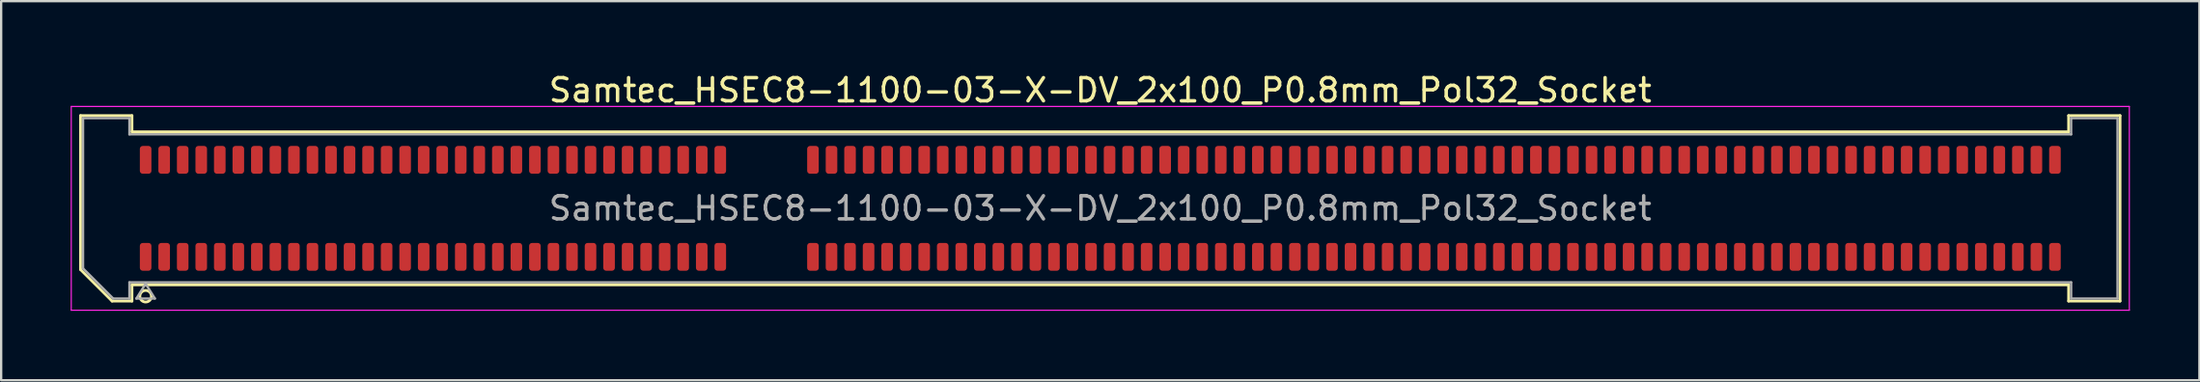
<source format=kicad_pcb>
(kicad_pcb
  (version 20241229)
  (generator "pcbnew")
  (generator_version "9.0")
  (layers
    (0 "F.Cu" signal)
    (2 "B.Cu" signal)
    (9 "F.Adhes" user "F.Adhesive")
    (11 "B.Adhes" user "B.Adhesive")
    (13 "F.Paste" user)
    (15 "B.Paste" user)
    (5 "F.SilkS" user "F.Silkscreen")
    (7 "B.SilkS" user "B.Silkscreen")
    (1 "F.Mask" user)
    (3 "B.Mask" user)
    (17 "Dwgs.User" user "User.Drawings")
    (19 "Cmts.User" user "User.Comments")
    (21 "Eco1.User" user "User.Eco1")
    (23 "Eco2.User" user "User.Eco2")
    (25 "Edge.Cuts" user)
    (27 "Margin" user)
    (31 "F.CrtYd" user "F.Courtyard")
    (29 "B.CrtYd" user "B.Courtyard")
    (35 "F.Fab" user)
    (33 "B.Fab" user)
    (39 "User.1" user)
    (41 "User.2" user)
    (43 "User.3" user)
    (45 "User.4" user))
  (footprint "Samtec_HSEC8-1100-03-X-DV_2x100_P0.8mm_Pol32_Socket"
    (layer "F.Cu")
    (at 44.435 5.948)
    (property "Reference" "Samtec_HSEC8-1100-03-X-DV_2x100_P0.8mm_Pol32_Socket" (at 0 -5.1 0) (layer "F.SilkS") (effects (font (size 1 1) (thickness 0.15))))
    (attr smd)
    (fp_line (start -44.01 -4.005) (end -41.79 -4.005) (stroke (width 0.12) (type solid)) (layer "F.SilkS"))
    (fp_line (start -44.01 2.641) (end -44.01 -4.005) (stroke (width 0.12) (type solid)) (layer "F.SilkS"))
    (fp_line (start -42.646 4.005) (end -44.01 2.641) (stroke (width 0.12) (type solid)) (layer "F.SilkS"))
    (fp_line (start -41.79 -4.005) (end -41.79 -3.305) (stroke (width 0.12) (type solid)) (layer "F.SilkS"))
    (fp_line (start -41.79 -3.305) (end 41.79 -3.305) (stroke (width 0.12) (type solid)) (layer "F.SilkS"))
    (fp_line (start -41.79 3.305) (end -41.79 4.005) (stroke (width 0.12) (type solid)) (layer "F.SilkS"))
    (fp_line (start -41.79 4.005) (end -42.646 4.005) (stroke (width 0.12) (type solid)) (layer "F.SilkS"))
    (fp_line (start 41.79 -4.005) (end 44.01 -4.005) (stroke (width 0.12) (type solid)) (layer "F.SilkS"))
    (fp_line (start 41.79 -3.305) (end 41.79 -4.005) (stroke (width 0.12) (type solid)) (layer "F.SilkS"))
    (fp_line (start 41.79 3.305) (end -41.79 3.305) (stroke (width 0.12) (type solid)) (layer "F.SilkS"))
    (fp_line (start 41.79 4.005) (end 41.79 3.305) (stroke (width 0.12) (type solid)) (layer "F.SilkS"))
    (fp_line (start 44.01 -4.005) (end 44.01 4.005) (stroke (width 0.12) (type solid)) (layer "F.SilkS"))
    (fp_line (start 44.01 4.005) (end 41.79 4.005) (stroke (width 0.12) (type solid)) (layer "F.SilkS"))
    (fp_arc (start -40.95 3.795) (mid -41.45 3.795) (end -40.95 3.795) (stroke (width 0.12) (type solid)) (layer "F.SilkS"))
    (fp_line (start -44.41 -4.4) (end -44.41 4.4) (stroke (width 0.05) (type solid)) (layer "F.CrtYd"))
    (fp_line (start -44.41 4.4) (end 44.41 4.4) (stroke (width 0.05) (type solid)) (layer "F.CrtYd"))
    (fp_line (start 44.41 -4.4) (end -44.41 -4.4) (stroke (width 0.05) (type solid)) (layer "F.CrtYd"))
    (fp_line (start 44.41 4.4) (end 44.41 -4.4) (stroke (width 0.05) (type solid)) (layer "F.CrtYd"))
    (fp_line (start -43.9 -3.895) (end -41.9 -3.895) (stroke (width 0.1) (type solid)) (layer "F.Fab"))
    (fp_line (start -43.9 2.595) (end -43.9 -3.895) (stroke (width 0.1) (type solid)) (layer "F.Fab"))
    (fp_line (start -42.6 3.895) (end -43.9 2.595) (stroke (width 0.1) (type solid)) (layer "F.Fab"))
    (fp_line (start -41.9 -3.895) (end -41.9 -3.195) (stroke (width 0.1) (type solid)) (layer "F.Fab"))
    (fp_line (start -41.9 -3.195) (end 41.9 -3.195) (stroke (width 0.1) (type solid)) (layer "F.Fab"))
    (fp_line (start -41.9 3.195) (end -41.9 3.895) (stroke (width 0.1) (type solid)) (layer "F.Fab"))
    (fp_line (start -41.9 3.895) (end -42.6 3.895) (stroke (width 0.1) (type solid)) (layer "F.Fab"))
    (fp_line (start -41.6 3.895) (end -41.2 3.255) (stroke (width 0.1) (type solid)) (layer "F.Fab"))
    (fp_line (start -41.2 3.255) (end -40.8 3.895) (stroke (width 0.1) (type solid)) (layer "F.Fab"))
    (fp_line (start -40.8 3.895) (end -41.6 3.895) (stroke (width 0.1) (type solid)) (layer "F.Fab"))
    (fp_line (start 41.9 -3.895) (end 43.9 -3.895) (stroke (width 0.1) (type solid)) (layer "F.Fab"))
    (fp_line (start 41.9 -3.195) (end 41.9 -3.895) (stroke (width 0.1) (type solid)) (layer "F.Fab"))
    (fp_line (start 41.9 3.195) (end -41.9 3.195) (stroke (width 0.1) (type solid)) (layer "F.Fab"))
    (fp_line (start 41.9 3.895) (end 41.9 3.195) (stroke (width 0.1) (type solid)) (layer "F.Fab"))
    (fp_line (start 43.9 -3.895) (end 43.9 3.895) (stroke (width 0.1) (type solid)) (layer "F.Fab"))
    (fp_line (start 43.9 3.895) (end 41.9 3.895) (stroke (width 0.1) (type solid)) (layer "F.Fab"))
    (fp_text user "${REFERENCE}" (at 0 0 0) (layer "F.Fab") (effects (font (size 1 1) (thickness 0.15))))
    (pad "1" smd roundrect (at -41.2 2.095) (size 0.5 1.2) (layers "F.Cu" "F.Mask" "F.Paste") (roundrect_rratio 0.25))
    (pad "2" smd roundrect (at -41.2 -2.095) (size 0.5 1.2) (layers "F.Cu" "F.Mask" "F.Paste") (roundrect_rratio 0.25))
    (pad "3" smd roundrect (at -40.4 2.095) (size 0.5 1.2) (layers "F.Cu" "F.Mask" "F.Paste") (roundrect_rratio 0.25))
    (pad "4" smd roundrect (at -40.4 -2.095) (size 0.5 1.2) (layers "F.Cu" "F.Mask" "F.Paste") (roundrect_rratio 0.25))
    (pad "5" smd roundrect (at -39.6 2.095) (size 0.5 1.2) (layers "F.Cu" "F.Mask" "F.Paste") (roundrect_rratio 0.25))
    (pad "6" smd roundrect (at -39.6 -2.095) (size 0.5 1.2) (layers "F.Cu" "F.Mask" "F.Paste") (roundrect_rratio 0.25))
    (pad "7" smd roundrect (at -38.8 2.095) (size 0.5 1.2) (layers "F.Cu" "F.Mask" "F.Paste") (roundrect_rratio 0.25))
    (pad "8" smd roundrect (at -38.8 -2.095) (size 0.5 1.2) (layers "F.Cu" "F.Mask" "F.Paste") (roundrect_rratio 0.25))
    (pad "9" smd roundrect (at -38 2.095) (size 0.5 1.2) (layers "F.Cu" "F.Mask" "F.Paste") (roundrect_rratio 0.25))
    (pad "10" smd roundrect (at -38 -2.095) (size 0.5 1.2) (layers "F.Cu" "F.Mask" "F.Paste") (roundrect_rratio 0.25))
    (pad "11" smd roundrect (at -37.2 2.095) (size 0.5 1.2) (layers "F.Cu" "F.Mask" "F.Paste") (roundrect_rratio 0.25))
    (pad "12" smd roundrect (at -37.2 -2.095) (size 0.5 1.2) (layers "F.Cu" "F.Mask" "F.Paste") (roundrect_rratio 0.25))
    (pad "13" smd roundrect (at -36.4 2.095) (size 0.5 1.2) (layers "F.Cu" "F.Mask" "F.Paste") (roundrect_rratio 0.25))
    (pad "14" smd roundrect (at -36.4 -2.095) (size 0.5 1.2) (layers "F.Cu" "F.Mask" "F.Paste") (roundrect_rratio 0.25))
    (pad "15" smd roundrect (at -35.6 2.095) (size 0.5 1.2) (layers "F.Cu" "F.Mask" "F.Paste") (roundrect_rratio 0.25))
    (pad "16" smd roundrect (at -35.6 -2.095) (size 0.5 1.2) (layers "F.Cu" "F.Mask" "F.Paste") (roundrect_rratio 0.25))
    (pad "17" smd roundrect (at -34.8 2.095) (size 0.5 1.2) (layers "F.Cu" "F.Mask" "F.Paste") (roundrect_rratio 0.25))
    (pad "18" smd roundrect (at -34.8 -2.095) (size 0.5 1.2) (layers "F.Cu" "F.Mask" "F.Paste") (roundrect_rratio 0.25))
    (pad "19" smd roundrect (at -34 2.095) (size 0.5 1.2) (layers "F.Cu" "F.Mask" "F.Paste") (roundrect_rratio 0.25))
    (pad "20" smd roundrect (at -34 -2.095) (size 0.5 1.2) (layers "F.Cu" "F.Mask" "F.Paste") (roundrect_rratio 0.25))
    (pad "21" smd roundrect (at -33.2 2.095) (size 0.5 1.2) (layers "F.Cu" "F.Mask" "F.Paste") (roundrect_rratio 0.25))
    (pad "22" smd roundrect (at -33.2 -2.095) (size 0.5 1.2) (layers "F.Cu" "F.Mask" "F.Paste") (roundrect_rratio 0.25))
    (pad "23" smd roundrect (at -32.4 2.095) (size 0.5 1.2) (layers "F.Cu" "F.Mask" "F.Paste") (roundrect_rratio 0.25))
    (pad "24" smd roundrect (at -32.4 -2.095) (size 0.5 1.2) (layers "F.Cu" "F.Mask" "F.Paste") (roundrect_rratio 0.25))
    (pad "25" smd roundrect (at -31.6 2.095) (size 0.5 1.2) (layers "F.Cu" "F.Mask" "F.Paste") (roundrect_rratio 0.25))
    (pad "26" smd roundrect (at -31.6 -2.095) (size 0.5 1.2) (layers "F.Cu" "F.Mask" "F.Paste") (roundrect_rratio 0.25))
    (pad "27" smd roundrect (at -30.8 2.095) (size 0.5 1.2) (layers "F.Cu" "F.Mask" "F.Paste") (roundrect_rratio 0.25))
    (pad "28" smd roundrect (at -30.8 -2.095) (size 0.5 1.2) (layers "F.Cu" "F.Mask" "F.Paste") (roundrect_rratio 0.25))
    (pad "29" smd roundrect (at -30 2.095) (size 0.5 1.2) (layers "F.Cu" "F.Mask" "F.Paste") (roundrect_rratio 0.25))
    (pad "30" smd roundrect (at -30 -2.095) (size 0.5 1.2) (layers "F.Cu" "F.Mask" "F.Paste") (roundrect_rratio 0.25))
    (pad "31" smd roundrect (at -29.2 2.095) (size 0.5 1.2) (layers "F.Cu" "F.Mask" "F.Paste") (roundrect_rratio 0.25))
    (pad "32" smd roundrect (at -29.2 -2.095) (size 0.5 1.2) (layers "F.Cu" "F.Mask" "F.Paste") (roundrect_rratio 0.25))
    (pad "33" smd roundrect (at -28.4 2.095) (size 0.5 1.2) (layers "F.Cu" "F.Mask" "F.Paste") (roundrect_rratio 0.25))
    (pad "34" smd roundrect (at -28.4 -2.095) (size 0.5 1.2) (layers "F.Cu" "F.Mask" "F.Paste") (roundrect_rratio 0.25))
    (pad "35" smd roundrect (at -27.6 2.095) (size 0.5 1.2) (layers "F.Cu" "F.Mask" "F.Paste") (roundrect_rratio 0.25))
    (pad "36" smd roundrect (at -27.6 -2.095) (size 0.5 1.2) (layers "F.Cu" "F.Mask" "F.Paste") (roundrect_rratio 0.25))
    (pad "37" smd roundrect (at -26.8 2.095) (size 0.5 1.2) (layers "F.Cu" "F.Mask" "F.Paste") (roundrect_rratio 0.25))
    (pad "38" smd roundrect (at -26.8 -2.095) (size 0.5 1.2) (layers "F.Cu" "F.Mask" "F.Paste") (roundrect_rratio 0.25))
    (pad "39" smd roundrect (at -26 2.095) (size 0.5 1.2) (layers "F.Cu" "F.Mask" "F.Paste") (roundrect_rratio 0.25))
    (pad "40" smd roundrect (at -26 -2.095) (size 0.5 1.2) (layers "F.Cu" "F.Mask" "F.Paste") (roundrect_rratio 0.25))
    (pad "41" smd roundrect (at -25.2 2.095) (size 0.5 1.2) (layers "F.Cu" "F.Mask" "F.Paste") (roundrect_rratio 0.25))
    (pad "42" smd roundrect (at -25.2 -2.095) (size 0.5 1.2) (layers "F.Cu" "F.Mask" "F.Paste") (roundrect_rratio 0.25))
    (pad "43" smd roundrect (at -24.4 2.095) (size 0.5 1.2) (layers "F.Cu" "F.Mask" "F.Paste") (roundrect_rratio 0.25))
    (pad "44" smd roundrect (at -24.4 -2.095) (size 0.5 1.2) (layers "F.Cu" "F.Mask" "F.Paste") (roundrect_rratio 0.25))
    (pad "45" smd roundrect (at -23.6 2.095) (size 0.5 1.2) (layers "F.Cu" "F.Mask" "F.Paste") (roundrect_rratio 0.25))
    (pad "46" smd roundrect (at -23.6 -2.095) (size 0.5 1.2) (layers "F.Cu" "F.Mask" "F.Paste") (roundrect_rratio 0.25))
    (pad "47" smd roundrect (at -22.8 2.095) (size 0.5 1.2) (layers "F.Cu" "F.Mask" "F.Paste") (roundrect_rratio 0.25))
    (pad "48" smd roundrect (at -22.8 -2.095) (size 0.5 1.2) (layers "F.Cu" "F.Mask" "F.Paste") (roundrect_rratio 0.25))
    (pad "49" smd roundrect (at -22 2.095) (size 0.5 1.2) (layers "F.Cu" "F.Mask" "F.Paste") (roundrect_rratio 0.25))
    (pad "50" smd roundrect (at -22 -2.095) (size 0.5 1.2) (layers "F.Cu" "F.Mask" "F.Paste") (roundrect_rratio 0.25))
    (pad "51" smd roundrect (at -21.2 2.095) (size 0.5 1.2) (layers "F.Cu" "F.Mask" "F.Paste") (roundrect_rratio 0.25))
    (pad "52" smd roundrect (at -21.2 -2.095) (size 0.5 1.2) (layers "F.Cu" "F.Mask" "F.Paste") (roundrect_rratio 0.25))
    (pad "53" smd roundrect (at -20.4 2.095) (size 0.5 1.2) (layers "F.Cu" "F.Mask" "F.Paste") (roundrect_rratio 0.25))
    (pad "54" smd roundrect (at -20.4 -2.095) (size 0.5 1.2) (layers "F.Cu" "F.Mask" "F.Paste") (roundrect_rratio 0.25))
    (pad "55" smd roundrect (at -19.6 2.095) (size 0.5 1.2) (layers "F.Cu" "F.Mask" "F.Paste") (roundrect_rratio 0.25))
    (pad "56" smd roundrect (at -19.6 -2.095) (size 0.5 1.2) (layers "F.Cu" "F.Mask" "F.Paste") (roundrect_rratio 0.25))
    (pad "57" smd roundrect (at -18.8 2.095) (size 0.5 1.2) (layers "F.Cu" "F.Mask" "F.Paste") (roundrect_rratio 0.25))
    (pad "58" smd roundrect (at -18.8 -2.095) (size 0.5 1.2) (layers "F.Cu" "F.Mask" "F.Paste") (roundrect_rratio 0.25))
    (pad "59" smd roundrect (at -18 2.095) (size 0.5 1.2) (layers "F.Cu" "F.Mask" "F.Paste") (roundrect_rratio 0.25))
    (pad "60" smd roundrect (at -18 -2.095) (size 0.5 1.2) (layers "F.Cu" "F.Mask" "F.Paste") (roundrect_rratio 0.25))
    (pad "61" smd roundrect (at -17.2 2.095) (size 0.5 1.2) (layers "F.Cu" "F.Mask" "F.Paste") (roundrect_rratio 0.25))
    (pad "62" smd roundrect (at -17.2 -2.095) (size 0.5 1.2) (layers "F.Cu" "F.Mask" "F.Paste") (roundrect_rratio 0.25))
    (pad "63" smd roundrect (at -16.4 2.095) (size 0.5 1.2) (layers "F.Cu" "F.Mask" "F.Paste") (roundrect_rratio 0.25))
    (pad "64" smd roundrect (at -16.4 -2.095) (size 0.5 1.2) (layers "F.Cu" "F.Mask" "F.Paste") (roundrect_rratio 0.25))
    (pad "65" smd roundrect (at -12.4 2.095) (size 0.5 1.2) (layers "F.Cu" "F.Mask" "F.Paste") (roundrect_rratio 0.25))
    (pad "66" smd roundrect (at -12.4 -2.095) (size 0.5 1.2) (layers "F.Cu" "F.Mask" "F.Paste") (roundrect_rratio 0.25))
    (pad "67" smd roundrect (at -11.6 2.095) (size 0.5 1.2) (layers "F.Cu" "F.Mask" "F.Paste") (roundrect_rratio 0.25))
    (pad "68" smd roundrect (at -11.6 -2.095) (size 0.5 1.2) (layers "F.Cu" "F.Mask" "F.Paste") (roundrect_rratio 0.25))
    (pad "69" smd roundrect (at -10.8 2.095) (size 0.5 1.2) (layers "F.Cu" "F.Mask" "F.Paste") (roundrect_rratio 0.25))
    (pad "70" smd roundrect (at -10.8 -2.095) (size 0.5 1.2) (layers "F.Cu" "F.Mask" "F.Paste") (roundrect_rratio 0.25))
    (pad "71" smd roundrect (at -10 2.095) (size 0.5 1.2) (layers "F.Cu" "F.Mask" "F.Paste") (roundrect_rratio 0.25))
    (pad "72" smd roundrect (at -10 -2.095) (size 0.5 1.2) (layers "F.Cu" "F.Mask" "F.Paste") (roundrect_rratio 0.25))
    (pad "73" smd roundrect (at -9.2 2.095) (size 0.5 1.2) (layers "F.Cu" "F.Mask" "F.Paste") (roundrect_rratio 0.25))
    (pad "74" smd roundrect (at -9.2 -2.095) (size 0.5 1.2) (layers "F.Cu" "F.Mask" "F.Paste") (roundrect_rratio 0.25))
    (pad "75" smd roundrect (at -8.4 2.095) (size 0.5 1.2) (layers "F.Cu" "F.Mask" "F.Paste") (roundrect_rratio 0.25))
    (pad "76" smd roundrect (at -8.4 -2.095) (size 0.5 1.2) (layers "F.Cu" "F.Mask" "F.Paste") (roundrect_rratio 0.25))
    (pad "77" smd roundrect (at -7.6 2.095) (size 0.5 1.2) (layers "F.Cu" "F.Mask" "F.Paste") (roundrect_rratio 0.25))
    (pad "78" smd roundrect (at -7.6 -2.095) (size 0.5 1.2) (layers "F.Cu" "F.Mask" "F.Paste") (roundrect_rratio 0.25))
    (pad "79" smd roundrect (at -6.8 2.095) (size 0.5 1.2) (layers "F.Cu" "F.Mask" "F.Paste") (roundrect_rratio 0.25))
    (pad "80" smd roundrect (at -6.8 -2.095) (size 0.5 1.2) (layers "F.Cu" "F.Mask" "F.Paste") (roundrect_rratio 0.25))
    (pad "81" smd roundrect (at -6 2.095) (size 0.5 1.2) (layers "F.Cu" "F.Mask" "F.Paste") (roundrect_rratio 0.25))
    (pad "82" smd roundrect (at -6 -2.095) (size 0.5 1.2) (layers "F.Cu" "F.Mask" "F.Paste") (roundrect_rratio 0.25))
    (pad "83" smd roundrect (at -5.2 2.095) (size 0.5 1.2) (layers "F.Cu" "F.Mask" "F.Paste") (roundrect_rratio 0.25))
    (pad "84" smd roundrect (at -5.2 -2.095) (size 0.5 1.2) (layers "F.Cu" "F.Mask" "F.Paste") (roundrect_rratio 0.25))
    (pad "85" smd roundrect (at -4.4 2.095) (size 0.5 1.2) (layers "F.Cu" "F.Mask" "F.Paste") (roundrect_rratio 0.25))
    (pad "86" smd roundrect (at -4.4 -2.095) (size 0.5 1.2) (layers "F.Cu" "F.Mask" "F.Paste") (roundrect_rratio 0.25))
    (pad "87" smd roundrect (at -3.6 2.095) (size 0.5 1.2) (layers "F.Cu" "F.Mask" "F.Paste") (roundrect_rratio 0.25))
    (pad "88" smd roundrect (at -3.6 -2.095) (size 0.5 1.2) (layers "F.Cu" "F.Mask" "F.Paste") (roundrect_rratio 0.25))
    (pad "89" smd roundrect (at -2.8 2.095) (size 0.5 1.2) (layers "F.Cu" "F.Mask" "F.Paste") (roundrect_rratio 0.25))
    (pad "90" smd roundrect (at -2.8 -2.095) (size 0.5 1.2) (layers "F.Cu" "F.Mask" "F.Paste") (roundrect_rratio 0.25))
    (pad "91" smd roundrect (at -2 2.095) (size 0.5 1.2) (layers "F.Cu" "F.Mask" "F.Paste") (roundrect_rratio 0.25))
    (pad "92" smd roundrect (at -2 -2.095) (size 0.5 1.2) (layers "F.Cu" "F.Mask" "F.Paste") (roundrect_rratio 0.25))
    (pad "93" smd roundrect (at -1.2 2.095) (size 0.5 1.2) (layers "F.Cu" "F.Mask" "F.Paste") (roundrect_rratio 0.25))
    (pad "94" smd roundrect (at -1.2 -2.095) (size 0.5 1.2) (layers "F.Cu" "F.Mask" "F.Paste") (roundrect_rratio 0.25))
    (pad "95" smd roundrect (at -0.4 2.095) (size 0.5 1.2) (layers "F.Cu" "F.Mask" "F.Paste") (roundrect_rratio 0.25))
    (pad "96" smd roundrect (at -0.4 -2.095) (size 0.5 1.2) (layers "F.Cu" "F.Mask" "F.Paste") (roundrect_rratio 0.25))
    (pad "97" smd roundrect (at 0.4 2.095) (size 0.5 1.2) (layers "F.Cu" "F.Mask" "F.Paste") (roundrect_rratio 0.25))
    (pad "98" smd roundrect (at 0.4 -2.095) (size 0.5 1.2) (layers "F.Cu" "F.Mask" "F.Paste") (roundrect_rratio 0.25))
    (pad "99" smd roundrect (at 1.2 2.095) (size 0.5 1.2) (layers "F.Cu" "F.Mask" "F.Paste") (roundrect_rratio 0.25))
    (pad "100" smd roundrect (at 1.2 -2.095) (size 0.5 1.2) (layers "F.Cu" "F.Mask" "F.Paste") (roundrect_rratio 0.25))
    (pad "101" smd roundrect (at 2 2.095) (size 0.5 1.2) (layers "F.Cu" "F.Mask" "F.Paste") (roundrect_rratio 0.25))
    (pad "102" smd roundrect (at 2 -2.095) (size 0.5 1.2) (layers "F.Cu" "F.Mask" "F.Paste") (roundrect_rratio 0.25))
    (pad "103" smd roundrect (at 2.8 2.095) (size 0.5 1.2) (layers "F.Cu" "F.Mask" "F.Paste") (roundrect_rratio 0.25))
    (pad "104" smd roundrect (at 2.8 -2.095) (size 0.5 1.2) (layers "F.Cu" "F.Mask" "F.Paste") (roundrect_rratio 0.25))
    (pad "105" smd roundrect (at 3.6 2.095) (size 0.5 1.2) (layers "F.Cu" "F.Mask" "F.Paste") (roundrect_rratio 0.25))
    (pad "106" smd roundrect (at 3.6 -2.095) (size 0.5 1.2) (layers "F.Cu" "F.Mask" "F.Paste") (roundrect_rratio 0.25))
    (pad "107" smd roundrect (at 4.4 2.095) (size 0.5 1.2) (layers "F.Cu" "F.Mask" "F.Paste") (roundrect_rratio 0.25))
    (pad "108" smd roundrect (at 4.4 -2.095) (size 0.5 1.2) (layers "F.Cu" "F.Mask" "F.Paste") (roundrect_rratio 0.25))
    (pad "109" smd roundrect (at 5.2 2.095) (size 0.5 1.2) (layers "F.Cu" "F.Mask" "F.Paste") (roundrect_rratio 0.25))
    (pad "110" smd roundrect (at 5.2 -2.095) (size 0.5 1.2) (layers "F.Cu" "F.Mask" "F.Paste") (roundrect_rratio 0.25))
    (pad "111" smd roundrect (at 6 2.095) (size 0.5 1.2) (layers "F.Cu" "F.Mask" "F.Paste") (roundrect_rratio 0.25))
    (pad "112" smd roundrect (at 6 -2.095) (size 0.5 1.2) (layers "F.Cu" "F.Mask" "F.Paste") (roundrect_rratio 0.25))
    (pad "113" smd roundrect (at 6.8 2.095) (size 0.5 1.2) (layers "F.Cu" "F.Mask" "F.Paste") (roundrect_rratio 0.25))
    (pad "114" smd roundrect (at 6.8 -2.095) (size 0.5 1.2) (layers "F.Cu" "F.Mask" "F.Paste") (roundrect_rratio 0.25))
    (pad "115" smd roundrect (at 7.6 2.095) (size 0.5 1.2) (layers "F.Cu" "F.Mask" "F.Paste") (roundrect_rratio 0.25))
    (pad "116" smd roundrect (at 7.6 -2.095) (size 0.5 1.2) (layers "F.Cu" "F.Mask" "F.Paste") (roundrect_rratio 0.25))
    (pad "117" smd roundrect (at 8.4 2.095) (size 0.5 1.2) (layers "F.Cu" "F.Mask" "F.Paste") (roundrect_rratio 0.25))
    (pad "118" smd roundrect (at 8.4 -2.095) (size 0.5 1.2) (layers "F.Cu" "F.Mask" "F.Paste") (roundrect_rratio 0.25))
    (pad "119" smd roundrect (at 9.2 2.095) (size 0.5 1.2) (layers "F.Cu" "F.Mask" "F.Paste") (roundrect_rratio 0.25))
    (pad "120" smd roundrect (at 9.2 -2.095) (size 0.5 1.2) (layers "F.Cu" "F.Mask" "F.Paste") (roundrect_rratio 0.25))
    (pad "121" smd roundrect (at 10 2.095) (size 0.5 1.2) (layers "F.Cu" "F.Mask" "F.Paste") (roundrect_rratio 0.25))
    (pad "122" smd roundrect (at 10 -2.095) (size 0.5 1.2) (layers "F.Cu" "F.Mask" "F.Paste") (roundrect_rratio 0.25))
    (pad "123" smd roundrect (at 10.8 2.095) (size 0.5 1.2) (layers "F.Cu" "F.Mask" "F.Paste") (roundrect_rratio 0.25))
    (pad "124" smd roundrect (at 10.8 -2.095) (size 0.5 1.2) (layers "F.Cu" "F.Mask" "F.Paste") (roundrect_rratio 0.25))
    (pad "125" smd roundrect (at 11.6 2.095) (size 0.5 1.2) (layers "F.Cu" "F.Mask" "F.Paste") (roundrect_rratio 0.25))
    (pad "126" smd roundrect (at 11.6 -2.095) (size 0.5 1.2) (layers "F.Cu" "F.Mask" "F.Paste") (roundrect_rratio 0.25))
    (pad "127" smd roundrect (at 12.4 2.095) (size 0.5 1.2) (layers "F.Cu" "F.Mask" "F.Paste") (roundrect_rratio 0.25))
    (pad "128" smd roundrect (at 12.4 -2.095) (size 0.5 1.2) (layers "F.Cu" "F.Mask" "F.Paste") (roundrect_rratio 0.25))
    (pad "129" smd roundrect (at 13.2 2.095) (size 0.5 1.2) (layers "F.Cu" "F.Mask" "F.Paste") (roundrect_rratio 0.25))
    (pad "130" smd roundrect (at 13.2 -2.095) (size 0.5 1.2) (layers "F.Cu" "F.Mask" "F.Paste") (roundrect_rratio 0.25))
    (pad "131" smd roundrect (at 14 2.095) (size 0.5 1.2) (layers "F.Cu" "F.Mask" "F.Paste") (roundrect_rratio 0.25))
    (pad "132" smd roundrect (at 14 -2.095) (size 0.5 1.2) (layers "F.Cu" "F.Mask" "F.Paste") (roundrect_rratio 0.25))
    (pad "133" smd roundrect (at 14.8 2.095) (size 0.5 1.2) (layers "F.Cu" "F.Mask" "F.Paste") (roundrect_rratio 0.25))
    (pad "134" smd roundrect (at 14.8 -2.095) (size 0.5 1.2) (layers "F.Cu" "F.Mask" "F.Paste") (roundrect_rratio 0.25))
    (pad "135" smd roundrect (at 15.6 2.095) (size 0.5 1.2) (layers "F.Cu" "F.Mask" "F.Paste") (roundrect_rratio 0.25))
    (pad "136" smd roundrect (at 15.6 -2.095) (size 0.5 1.2) (layers "F.Cu" "F.Mask" "F.Paste") (roundrect_rratio 0.25))
    (pad "137" smd roundrect (at 16.4 2.095) (size 0.5 1.2) (layers "F.Cu" "F.Mask" "F.Paste") (roundrect_rratio 0.25))
    (pad "138" smd roundrect (at 16.4 -2.095) (size 0.5 1.2) (layers "F.Cu" "F.Mask" "F.Paste") (roundrect_rratio 0.25))
    (pad "139" smd roundrect (at 17.2 2.095) (size 0.5 1.2) (layers "F.Cu" "F.Mask" "F.Paste") (roundrect_rratio 0.25))
    (pad "140" smd roundrect (at 17.2 -2.095) (size 0.5 1.2) (layers "F.Cu" "F.Mask" "F.Paste") (roundrect_rratio 0.25))
    (pad "141" smd roundrect (at 18 2.095) (size 0.5 1.2) (layers "F.Cu" "F.Mask" "F.Paste") (roundrect_rratio 0.25))
    (pad "142" smd roundrect (at 18 -2.095) (size 0.5 1.2) (layers "F.Cu" "F.Mask" "F.Paste") (roundrect_rratio 0.25))
    (pad "143" smd roundrect (at 18.8 2.095) (size 0.5 1.2) (layers "F.Cu" "F.Mask" "F.Paste") (roundrect_rratio 0.25))
    (pad "144" smd roundrect (at 18.8 -2.095) (size 0.5 1.2) (layers "F.Cu" "F.Mask" "F.Paste") (roundrect_rratio 0.25))
    (pad "145" smd roundrect (at 19.6 2.095) (size 0.5 1.2) (layers "F.Cu" "F.Mask" "F.Paste") (roundrect_rratio 0.25))
    (pad "146" smd roundrect (at 19.6 -2.095) (size 0.5 1.2) (layers "F.Cu" "F.Mask" "F.Paste") (roundrect_rratio 0.25))
    (pad "147" smd roundrect (at 20.4 2.095) (size 0.5 1.2) (layers "F.Cu" "F.Mask" "F.Paste") (roundrect_rratio 0.25))
    (pad "148" smd roundrect (at 20.4 -2.095) (size 0.5 1.2) (layers "F.Cu" "F.Mask" "F.Paste") (roundrect_rratio 0.25))
    (pad "149" smd roundrect (at 21.2 2.095) (size 0.5 1.2) (layers "F.Cu" "F.Mask" "F.Paste") (roundrect_rratio 0.25))
    (pad "150" smd roundrect (at 21.2 -2.095) (size 0.5 1.2) (layers "F.Cu" "F.Mask" "F.Paste") (roundrect_rratio 0.25))
    (pad "151" smd roundrect (at 22 2.095) (size 0.5 1.2) (layers "F.Cu" "F.Mask" "F.Paste") (roundrect_rratio 0.25))
    (pad "152" smd roundrect (at 22 -2.095) (size 0.5 1.2) (layers "F.Cu" "F.Mask" "F.Paste") (roundrect_rratio 0.25))
    (pad "153" smd roundrect (at 22.8 2.095) (size 0.5 1.2) (layers "F.Cu" "F.Mask" "F.Paste") (roundrect_rratio 0.25))
    (pad "154" smd roundrect (at 22.8 -2.095) (size 0.5 1.2) (layers "F.Cu" "F.Mask" "F.Paste") (roundrect_rratio 0.25))
    (pad "155" smd roundrect (at 23.6 2.095) (size 0.5 1.2) (layers "F.Cu" "F.Mask" "F.Paste") (roundrect_rratio 0.25))
    (pad "156" smd roundrect (at 23.6 -2.095) (size 0.5 1.2) (layers "F.Cu" "F.Mask" "F.Paste") (roundrect_rratio 0.25))
    (pad "157" smd roundrect (at 24.4 2.095) (size 0.5 1.2) (layers "F.Cu" "F.Mask" "F.Paste") (roundrect_rratio 0.25))
    (pad "158" smd roundrect (at 24.4 -2.095) (size 0.5 1.2) (layers "F.Cu" "F.Mask" "F.Paste") (roundrect_rratio 0.25))
    (pad "159" smd roundrect (at 25.2 2.095) (size 0.5 1.2) (layers "F.Cu" "F.Mask" "F.Paste") (roundrect_rratio 0.25))
    (pad "160" smd roundrect (at 25.2 -2.095) (size 0.5 1.2) (layers "F.Cu" "F.Mask" "F.Paste") (roundrect_rratio 0.25))
    (pad "161" smd roundrect (at 26 2.095) (size 0.5 1.2) (layers "F.Cu" "F.Mask" "F.Paste") (roundrect_rratio 0.25))
    (pad "162" smd roundrect (at 26 -2.095) (size 0.5 1.2) (layers "F.Cu" "F.Mask" "F.Paste") (roundrect_rratio 0.25))
    (pad "163" smd roundrect (at 26.8 2.095) (size 0.5 1.2) (layers "F.Cu" "F.Mask" "F.Paste") (roundrect_rratio 0.25))
    (pad "164" smd roundrect (at 26.8 -2.095) (size 0.5 1.2) (layers "F.Cu" "F.Mask" "F.Paste") (roundrect_rratio 0.25))
    (pad "165" smd roundrect (at 27.6 2.095) (size 0.5 1.2) (layers "F.Cu" "F.Mask" "F.Paste") (roundrect_rratio 0.25))
    (pad "166" smd roundrect (at 27.6 -2.095) (size 0.5 1.2) (layers "F.Cu" "F.Mask" "F.Paste") (roundrect_rratio 0.25))
    (pad "167" smd roundrect (at 28.4 2.095) (size 0.5 1.2) (layers "F.Cu" "F.Mask" "F.Paste") (roundrect_rratio 0.25))
    (pad "168" smd roundrect (at 28.4 -2.095) (size 0.5 1.2) (layers "F.Cu" "F.Mask" "F.Paste") (roundrect_rratio 0.25))
    (pad "169" smd roundrect (at 29.2 2.095) (size 0.5 1.2) (layers "F.Cu" "F.Mask" "F.Paste") (roundrect_rratio 0.25))
    (pad "170" smd roundrect (at 29.2 -2.095) (size 0.5 1.2) (layers "F.Cu" "F.Mask" "F.Paste") (roundrect_rratio 0.25))
    (pad "171" smd roundrect (at 30 2.095) (size 0.5 1.2) (layers "F.Cu" "F.Mask" "F.Paste") (roundrect_rratio 0.25))
    (pad "172" smd roundrect (at 30 -2.095) (size 0.5 1.2) (layers "F.Cu" "F.Mask" "F.Paste") (roundrect_rratio 0.25))
    (pad "173" smd roundrect (at 30.8 2.095) (size 0.5 1.2) (layers "F.Cu" "F.Mask" "F.Paste") (roundrect_rratio 0.25))
    (pad "174" smd roundrect (at 30.8 -2.095) (size 0.5 1.2) (layers "F.Cu" "F.Mask" "F.Paste") (roundrect_rratio 0.25))
    (pad "175" smd roundrect (at 31.6 2.095) (size 0.5 1.2) (layers "F.Cu" "F.Mask" "F.Paste") (roundrect_rratio 0.25))
    (pad "176" smd roundrect (at 31.6 -2.095) (size 0.5 1.2) (layers "F.Cu" "F.Mask" "F.Paste") (roundrect_rratio 0.25))
    (pad "177" smd roundrect (at 32.4 2.095) (size 0.5 1.2) (layers "F.Cu" "F.Mask" "F.Paste") (roundrect_rratio 0.25))
    (pad "178" smd roundrect (at 32.4 -2.095) (size 0.5 1.2) (layers "F.Cu" "F.Mask" "F.Paste") (roundrect_rratio 0.25))
    (pad "179" smd roundrect (at 33.2 2.095) (size 0.5 1.2) (layers "F.Cu" "F.Mask" "F.Paste") (roundrect_rratio 0.25))
    (pad "180" smd roundrect (at 33.2 -2.095) (size 0.5 1.2) (layers "F.Cu" "F.Mask" "F.Paste") (roundrect_rratio 0.25))
    (pad "181" smd roundrect (at 34 2.095) (size 0.5 1.2) (layers "F.Cu" "F.Mask" "F.Paste") (roundrect_rratio 0.25))
    (pad "182" smd roundrect (at 34 -2.095) (size 0.5 1.2) (layers "F.Cu" "F.Mask" "F.Paste") (roundrect_rratio 0.25))
    (pad "183" smd roundrect (at 34.8 2.095) (size 0.5 1.2) (layers "F.Cu" "F.Mask" "F.Paste") (roundrect_rratio 0.25))
    (pad "184" smd roundrect (at 34.8 -2.095) (size 0.5 1.2) (layers "F.Cu" "F.Mask" "F.Paste") (roundrect_rratio 0.25))
    (pad "185" smd roundrect (at 35.6 2.095) (size 0.5 1.2) (layers "F.Cu" "F.Mask" "F.Paste") (roundrect_rratio 0.25))
    (pad "186" smd roundrect (at 35.6 -2.095) (size 0.5 1.2) (layers "F.Cu" "F.Mask" "F.Paste") (roundrect_rratio 0.25))
    (pad "187" smd roundrect (at 36.4 2.095) (size 0.5 1.2) (layers "F.Cu" "F.Mask" "F.Paste") (roundrect_rratio 0.25))
    (pad "188" smd roundrect (at 36.4 -2.095) (size 0.5 1.2) (layers "F.Cu" "F.Mask" "F.Paste") (roundrect_rratio 0.25))
    (pad "189" smd roundrect (at 37.2 2.095) (size 0.5 1.2) (layers "F.Cu" "F.Mask" "F.Paste") (roundrect_rratio 0.25))
    (pad "190" smd roundrect (at 37.2 -2.095) (size 0.5 1.2) (layers "F.Cu" "F.Mask" "F.Paste") (roundrect_rratio 0.25))
    (pad "191" smd roundrect (at 38 2.095) (size 0.5 1.2) (layers "F.Cu" "F.Mask" "F.Paste") (roundrect_rratio 0.25))
    (pad "192" smd roundrect (at 38 -2.095) (size 0.5 1.2) (layers "F.Cu" "F.Mask" "F.Paste") (roundrect_rratio 0.25))
    (pad "193" smd roundrect (at 38.8 2.095) (size 0.5 1.2) (layers "F.Cu" "F.Mask" "F.Paste") (roundrect_rratio 0.25))
    (pad "194" smd roundrect (at 38.8 -2.095) (size 0.5 1.2) (layers "F.Cu" "F.Mask" "F.Paste") (roundrect_rratio 0.25))
    (pad "195" smd roundrect (at 39.6 2.095) (size 0.5 1.2) (layers "F.Cu" "F.Mask" "F.Paste") (roundrect_rratio 0.25))
    (pad "196" smd roundrect (at 39.6 -2.095) (size 0.5 1.2) (layers "F.Cu" "F.Mask" "F.Paste") (roundrect_rratio 0.25))
    (pad "197" smd roundrect (at 40.4 2.095) (size 0.5 1.2) (layers "F.Cu" "F.Mask" "F.Paste") (roundrect_rratio 0.25))
    (pad "198" smd roundrect (at 40.4 -2.095) (size 0.5 1.2) (layers "F.Cu" "F.Mask" "F.Paste") (roundrect_rratio 0.25))
    (pad "199" smd roundrect (at 41.2 2.095) (size 0.5 1.2) (layers "F.Cu" "F.Mask" "F.Paste") (roundrect_rratio 0.25))
    (pad "200" smd roundrect (at 41.2 -2.095) (size 0.5 1.2) (layers "F.Cu" "F.Mask" "F.Paste") (roundrect_rratio 0.25)))
  (gr_rect
    (start -3 -3)
    (end 91.87 13.373)
    (stroke (width 0.1) (type default))
    (fill no)
    (layer "Edge.Cuts")))
</source>
